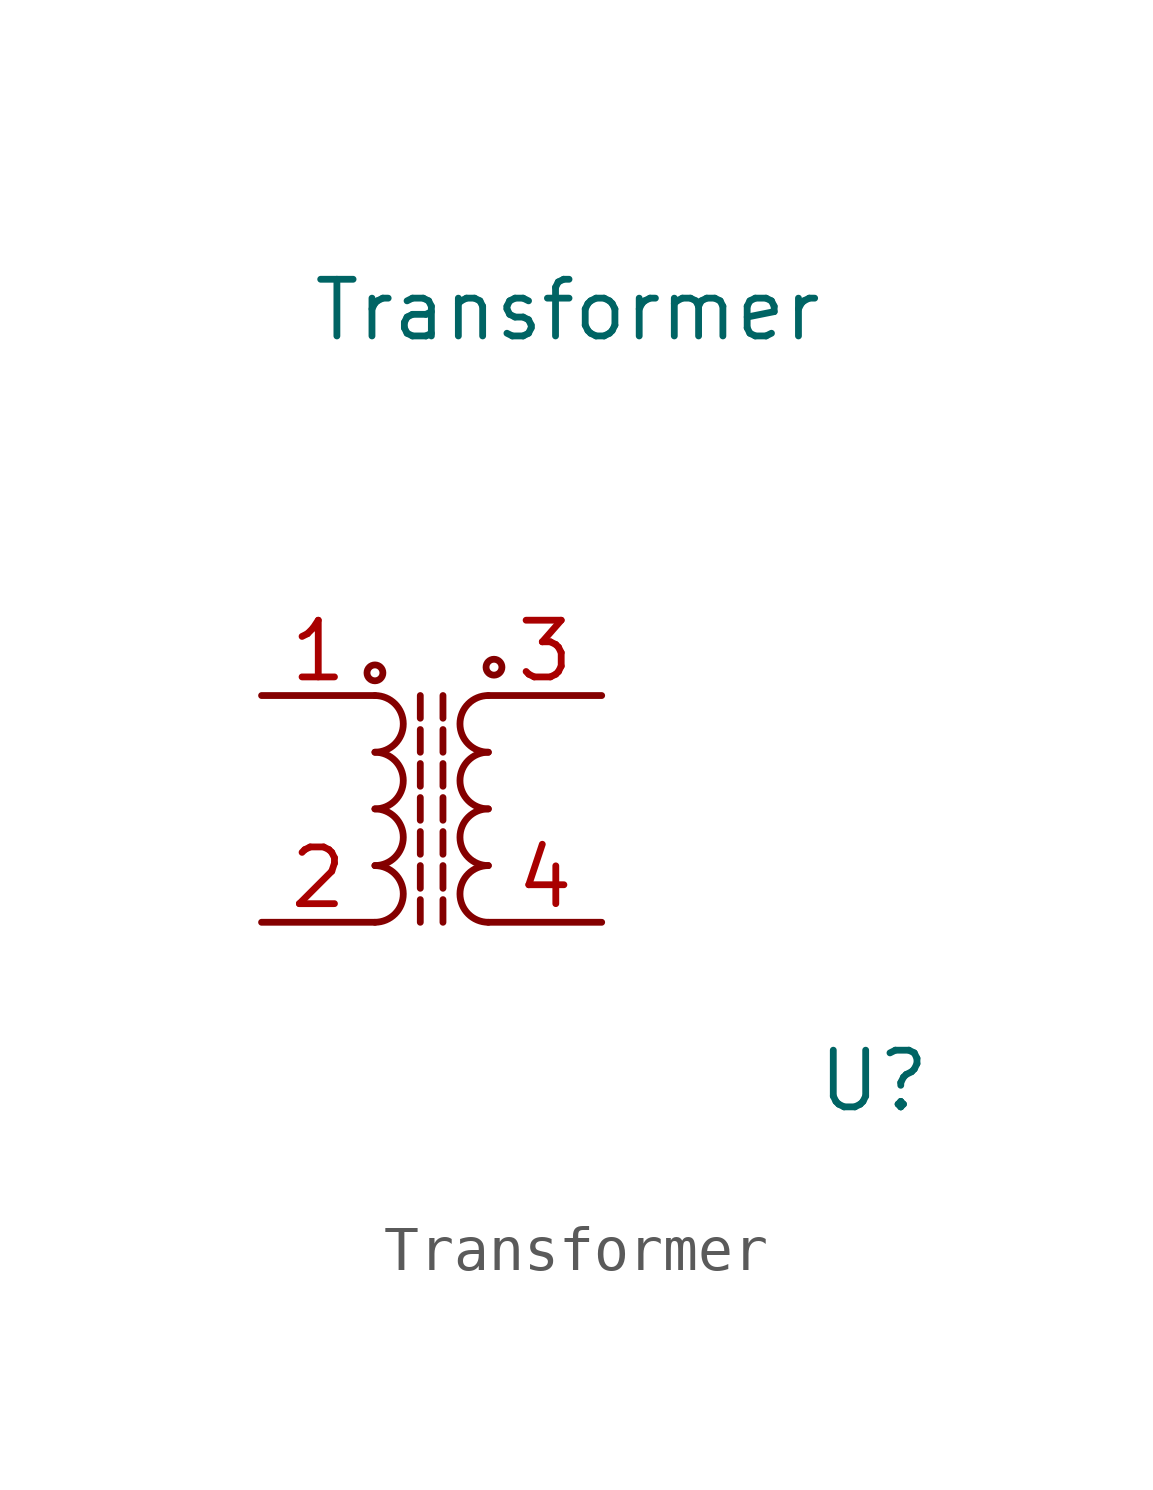
<source format=kicad_sym>
(kicad_symbol_lib
  (version 20211014)
  (generator kicad_symbol_editor)
  (symbol "Transformer"
    (pin_names
      (offset 1.016))
    (property "Reference" "U"
      (at 9.906 -6.096 0)
      (effects (font (size 1.27 1.27))))
    (property "Value" "Transformer"
      (at 3.048 11.176 0)
      (effects (font (size 1.27 1.27))))
    (symbol "Transformer_0_1"
      (arc (start -1.27 -2.54) (mid -0.635 -1.905) (end -1.27 -1.27) (stroke (width 0) (type default) (color 0 0 0 0)) (fill (type none)))
      (arc (start -1.27 -1.27) (mid -0.635 -0.635) (end -1.27 0) (stroke (width 0) (type default) (color 0 0 0 0)) (fill (type none)))
      (arc (start -1.27 0) (mid -0.635 0.635) (end -1.27 1.27) (stroke (width 0) (type default) (color 0 0 0 0)) (fill (type none)))
      (arc (start -1.27 1.27) (mid -0.635 1.905) (end -1.27 2.54) (stroke (width 0) (type default) (color 0 0 0 0)) (fill (type none)))
      (circle (center -1.27 3.048) (radius 0.178) (stroke (width 0) (type default) (color 0 0 0 0)) (fill (type none)))
      (polyline (pts (xy -0.254 1.016) (xy -0.254 0.508)) (stroke (width 0) (type default) (color 0 0 0 0)) (fill (type none)))
      (polyline (pts (xy -0.254 1.778) (xy -0.254 1.27)) (stroke (width 0) (type default) (color 0 0 0 0)) (fill (type none)))
      (polyline (pts (xy -0.254 2.54) (xy -0.254 2.032)) (stroke (width 0) (type default) (color 0 0 0 0)) (fill (type none)))
      (circle (center 1.397 3.175) (radius 0.178) (stroke (width 0) (type default) (color 0 0 0 0)) (fill (type none))))
    (symbol "Transformer_1_1"
      (polyline (pts (xy -0.254 -2.032) (xy -0.254 -2.54)) (stroke (width 0) (type default) (color 0 0 0 0)) (fill (type none)))
      (polyline (pts (xy -0.254 -1.27) (xy -0.254 -1.778)) (stroke (width 0) (type default) (color 0 0 0 0)) (fill (type none)))
      (polyline (pts (xy -0.254 -0.508) (xy -0.254 -1.016)) (stroke (width 0) (type default) (color 0 0 0 0)) (fill (type none)))
      (polyline (pts (xy -0.254 0.254) (xy -0.254 -0.254)) (stroke (width 0) (type default) (color 0 0 0 0)) (fill (type none)))
      (polyline (pts (xy 0.254 -2.032) (xy 0.254 -2.54)) (stroke (width 0) (type default) (color 0 0 0 0)) (fill (type none)))
      (polyline (pts (xy 0.254 -1.27) (xy 0.254 -1.778)) (stroke (width 0) (type default) (color 0 0 0 0)) (fill (type none)))
      (polyline (pts (xy 0.254 -0.508) (xy 0.254 -1.016)) (stroke (width 0) (type default) (color 0 0 0 0)) (fill (type none)))
      (polyline (pts (xy 0.254 0.254) (xy 0.254 -0.254)) (stroke (width 0) (type default) (color 0 0 0 0)) (fill (type none)))
      (polyline (pts (xy 0.254 1.016) (xy 0.254 0.508)) (stroke (width 0) (type default) (color 0 0 0 0)) (fill (type none)))
      (polyline (pts (xy 0.254 1.778) (xy 0.254 1.27)) (stroke (width 0) (type default) (color 0 0 0 0)) (fill (type none)))
      (polyline (pts (xy 0.254 2.54) (xy 0.254 2.032)) (stroke (width 0) (type default) (color 0 0 0 0)) (fill (type none)))
      (arc (start 1.27 -1.27) (mid 0.635 -1.905) (end 1.27 -2.54) (stroke (width 0) (type default) (color 0 0 0 0)) (fill (type none)))
      (arc (start 1.27 0) (mid 0.635 -0.635) (end 1.27 -1.27) (stroke (width 0) (type default) (color 0 0 0 0)) (fill (type none)))
      (arc (start 1.27 1.27) (mid 0.635 0.635) (end 1.27 0) (stroke (width 0) (type default) (color 0 0 0 0)) (fill (type none)))
      (arc (start 1.27 2.54) (mid 0.635 1.905) (end 1.27 1.27) (stroke (width 0) (type default) (color 0 0 0 0)) (fill (type none)))
      (pin input line (at -3.81 2.54 0) (length 2.54) (name "~" (effects (font (size 1.27 1.27)))) (number "1" (effects (font (size 1.27 1.27)))))
      (pin input line (at -3.81 -2.54 0) (length 2.54) (name "~" (effects (font (size 1.27 1.27)))) (number "2" (effects (font (size 1.27 1.27)))))
      (pin input line (at 3.81 2.54 180) (length 2.54) (name "~" (effects (font (size 1.27 1.27)))) (number "3" (effects (font (size 1.27 1.27)))))
      (pin input line (at 3.81 -2.54 180) (length 2.54) (name "~" (effects (font (size 1.27 1.27)))) (number "4" (effects (font (size 1.27 1.27))))))))
</source>
